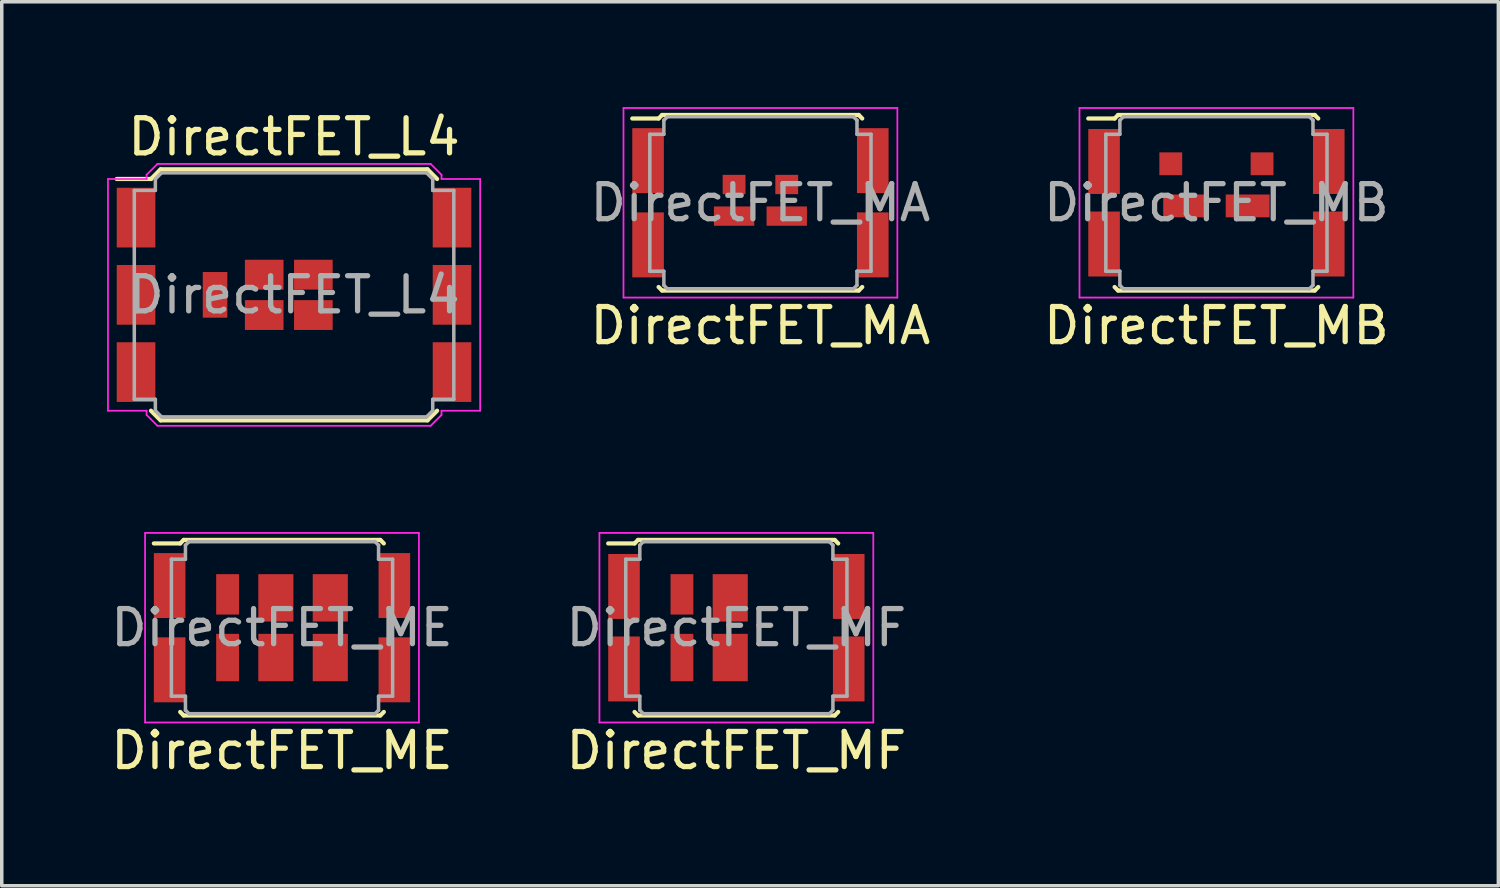
<source format=kicad_pcb>
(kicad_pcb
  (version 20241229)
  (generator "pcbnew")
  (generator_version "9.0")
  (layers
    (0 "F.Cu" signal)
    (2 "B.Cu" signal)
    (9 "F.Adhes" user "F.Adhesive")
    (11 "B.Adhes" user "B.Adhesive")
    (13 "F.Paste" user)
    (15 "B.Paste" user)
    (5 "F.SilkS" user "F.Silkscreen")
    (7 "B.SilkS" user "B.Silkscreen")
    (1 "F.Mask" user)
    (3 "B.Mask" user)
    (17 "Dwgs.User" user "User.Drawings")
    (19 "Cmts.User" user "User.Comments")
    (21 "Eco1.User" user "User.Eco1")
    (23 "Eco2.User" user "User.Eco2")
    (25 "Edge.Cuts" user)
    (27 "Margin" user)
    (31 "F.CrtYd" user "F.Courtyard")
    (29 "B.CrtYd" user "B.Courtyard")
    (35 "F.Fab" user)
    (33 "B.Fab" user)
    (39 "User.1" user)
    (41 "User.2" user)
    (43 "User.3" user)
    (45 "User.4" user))
  (footprint "DirectFET_MB"
    (layer "F.Cu")
    (at 31.596 2.725)
    (property "Reference" "DirectFET_MB" (at 0 3.5 0) (layer "F.SilkS") (effects (font (size 1 1) (thickness 0.15))))
    (attr smd)
    (fp_line (start -3.65 -2.4) (end -2.9 -2.4) (stroke (width 0.12) (type solid)) (layer "F.SilkS"))
    (fp_line (start -2.9 -2.4) (end -2.8 -2.5) (stroke (width 0.12) (type solid)) (layer "F.SilkS"))
    (fp_line (start -2.8 -2.5) (end 2.8 -2.5) (stroke (width 0.12) (type solid)) (layer "F.SilkS"))
    (fp_line (start -2.8 2.5) (end -2.9 2.4) (stroke (width 0.12) (type solid)) (layer "F.SilkS"))
    (fp_line (start 2.8 -2.5) (end 2.9 -2.4) (stroke (width 0.12) (type solid)) (layer "F.SilkS"))
    (fp_line (start 2.8 2.5) (end -2.8 2.5) (stroke (width 0.12) (type solid)) (layer "F.SilkS"))
    (fp_line (start 2.9 2.4) (end 2.8 2.5) (stroke (width 0.12) (type solid)) (layer "F.SilkS"))
    (fp_line (start -3.9 -2.7) (end -3.9 2.7) (stroke (width 0.05) (type solid)) (layer "F.CrtYd"))
    (fp_line (start -3.9 2.7) (end 3.9 2.7) (stroke (width 0.05) (type solid)) (layer "F.CrtYd"))
    (fp_line (start 3.9 -2.7) (end -3.9 -2.7) (stroke (width 0.05) (type solid)) (layer "F.CrtYd"))
    (fp_line (start 3.9 2.7) (end 3.9 -2.7) (stroke (width 0.05) (type solid)) (layer "F.CrtYd"))
    (fp_line (start -3.15 -1.95) (end -2.75 -1.95) (stroke (width 0.1) (type solid)) (layer "F.Fab"))
    (fp_line (start -3.15 1.95) (end -3.15 -1.95) (stroke (width 0.1) (type solid)) (layer "F.Fab"))
    (fp_line (start -3.15 1.95) (end -2.75 1.95) (stroke (width 0.1) (type solid)) (layer "F.Fab"))
    (fp_line (start -2.75 -2.35) (end -2.65 -2.45) (stroke (width 0.1) (type solid)) (layer "F.Fab"))
    (fp_line (start -2.75 -1.95) (end -2.75 -2.35) (stroke (width 0.1) (type solid)) (layer "F.Fab"))
    (fp_line (start -2.75 1.95) (end -2.75 2.35) (stroke (width 0.1) (type solid)) (layer "F.Fab"))
    (fp_line (start -2.75 2.35) (end -2.65 2.45) (stroke (width 0.1) (type solid)) (layer "F.Fab"))
    (fp_line (start -2.65 2.45) (end 2.65 2.45) (stroke (width 0.1) (type solid)) (layer "F.Fab"))
    (fp_line (start 2.65 -2.45) (end -2.65 -2.45) (stroke (width 0.1) (type solid)) (layer "F.Fab"))
    (fp_line (start 2.65 -2.45) (end 2.75 -2.35) (stroke (width 0.1) (type solid)) (layer "F.Fab"))
    (fp_line (start 2.75 -2.35) (end 2.75 -1.95) (stroke (width 0.1) (type solid)) (layer "F.Fab"))
    (fp_line (start 2.75 -1.95) (end 3.15 -1.95) (stroke (width 0.1) (type solid)) (layer "F.Fab"))
    (fp_line (start 2.75 1.95) (end 2.75 2.35) (stroke (width 0.1) (type solid)) (layer "F.Fab"))
    (fp_line (start 2.75 2.35) (end 2.65 2.45) (stroke (width 0.1) (type solid)) (layer "F.Fab"))
    (fp_line (start 3.15 -1.95) (end 3.15 1.95) (stroke (width 0.1) (type solid)) (layer "F.Fab"))
    (fp_line (start 3.15 1.95) (end 2.75 1.95) (stroke (width 0.1) (type solid)) (layer "F.Fab"))
    (fp_text user "${REFERENCE}" (at 0 0 0) (layer "F.Fab") (effects (font (size 1 1) (thickness 0.15))))
    (pad "1" smd rect (at -3.2 -1.175) (size 0.9 1.85) (layers "F.Cu" "F.Mask" "F.Paste"))
    (pad "1" smd rect (at -3.2 1.175) (size 0.9 1.85) (layers "F.Cu" "F.Mask" "F.Paste"))
    (pad "1" smd rect (at 3.2 -1.175) (size 0.9 1.85) (layers "F.Cu" "F.Mask" "F.Paste"))
    (pad "1" smd rect (at 3.2 1.175) (size 0.9 1.85) (layers "F.Cu" "F.Mask" "F.Paste"))
    (pad "2" smd rect (at -1.3 -1.11) (size 0.65 0.65) (layers "F.Cu" "F.Mask" "F.Paste"))
    (pad "2" smd rect (at 1.3 -1.11) (size 0.65 0.65) (layers "F.Cu" "F.Mask" "F.Paste"))
    (pad "3" smd rect (at -0.89 0.09) (size 1.25 0.65) (layers "F.Cu" "F.Mask" "F.Paste"))
    (pad "3" smd rect (at 0.89 0.09) (size 1.25 0.65) (layers "F.Cu" "F.Mask" "F.Paste")))
  (footprint "DirectFET_MF"
    (layer "F.Cu")
    (at 17.923 14.828)
    (property "Reference" "DirectFET_MF" (at 0 3.5 0) (layer "F.SilkS") (effects (font (size 1 1) (thickness 0.15))))
    (attr smd)
    (fp_line (start -3.65 -2.4) (end -2.9 -2.4) (stroke (width 0.12) (type solid)) (layer "F.SilkS"))
    (fp_line (start -2.9 -2.4) (end -2.8 -2.5) (stroke (width 0.12) (type solid)) (layer "F.SilkS"))
    (fp_line (start -2.8 -2.5) (end 2.8 -2.5) (stroke (width 0.12) (type solid)) (layer "F.SilkS"))
    (fp_line (start -2.8 2.5) (end -2.9 2.4) (stroke (width 0.12) (type solid)) (layer "F.SilkS"))
    (fp_line (start 2.8 -2.5) (end 2.9 -2.4) (stroke (width 0.12) (type solid)) (layer "F.SilkS"))
    (fp_line (start 2.8 2.5) (end -2.8 2.5) (stroke (width 0.12) (type solid)) (layer "F.SilkS"))
    (fp_line (start 2.9 2.4) (end 2.8 2.5) (stroke (width 0.12) (type solid)) (layer "F.SilkS"))
    (fp_line (start -3.9 -2.7) (end -3.9 2.7) (stroke (width 0.05) (type solid)) (layer "F.CrtYd"))
    (fp_line (start -3.9 2.7) (end 3.9 2.7) (stroke (width 0.05) (type solid)) (layer "F.CrtYd"))
    (fp_line (start 3.9 -2.7) (end -3.9 -2.7) (stroke (width 0.05) (type solid)) (layer "F.CrtYd"))
    (fp_line (start 3.9 2.7) (end 3.9 -2.7) (stroke (width 0.05) (type solid)) (layer "F.CrtYd"))
    (fp_line (start -3.15 -1.95) (end -2.75 -1.95) (stroke (width 0.1) (type solid)) (layer "F.Fab"))
    (fp_line (start -3.15 1.95) (end -3.15 -1.95) (stroke (width 0.1) (type solid)) (layer "F.Fab"))
    (fp_line (start -3.15 1.95) (end -2.75 1.95) (stroke (width 0.1) (type solid)) (layer "F.Fab"))
    (fp_line (start -2.75 -2.35) (end -2.65 -2.45) (stroke (width 0.1) (type solid)) (layer "F.Fab"))
    (fp_line (start -2.75 -1.95) (end -2.75 -2.35) (stroke (width 0.1) (type solid)) (layer "F.Fab"))
    (fp_line (start -2.75 1.95) (end -2.75 2.35) (stroke (width 0.1) (type solid)) (layer "F.Fab"))
    (fp_line (start -2.75 2.35) (end -2.65 2.45) (stroke (width 0.1) (type solid)) (layer "F.Fab"))
    (fp_line (start -2.65 2.45) (end 2.65 2.45) (stroke (width 0.1) (type solid)) (layer "F.Fab"))
    (fp_line (start 2.65 -2.45) (end -2.65 -2.45) (stroke (width 0.1) (type solid)) (layer "F.Fab"))
    (fp_line (start 2.65 -2.45) (end 2.75 -2.35) (stroke (width 0.1) (type solid)) (layer "F.Fab"))
    (fp_line (start 2.75 -2.35) (end 2.75 -1.95) (stroke (width 0.1) (type solid)) (layer "F.Fab"))
    (fp_line (start 2.75 -1.95) (end 3.15 -1.95) (stroke (width 0.1) (type solid)) (layer "F.Fab"))
    (fp_line (start 2.75 1.95) (end 2.75 2.35) (stroke (width 0.1) (type solid)) (layer "F.Fab"))
    (fp_line (start 2.75 2.35) (end 2.65 2.45) (stroke (width 0.1) (type solid)) (layer "F.Fab"))
    (fp_line (start 3.15 -1.95) (end 3.15 1.95) (stroke (width 0.1) (type solid)) (layer "F.Fab"))
    (fp_line (start 3.15 1.95) (end 2.75 1.95) (stroke (width 0.1) (type solid)) (layer "F.Fab"))
    (fp_text user "${REFERENCE}" (at 0 0 0) (layer "F.Fab") (effects (font (size 1 1) (thickness 0.15))))
    (pad "1" smd rect (at -3.2 -1.175) (size 0.9 1.85) (layers "F.Cu" "F.Mask" "F.Paste"))
    (pad "1" smd rect (at -3.2 1.175) (size 0.9 1.85) (layers "F.Cu" "F.Mask" "F.Paste"))
    (pad "1" smd rect (at 3.2 -1.175) (size 0.9 1.85) (layers "F.Cu" "F.Mask" "F.Paste"))
    (pad "1" smd rect (at 3.2 1.175) (size 0.9 1.85) (layers "F.Cu" "F.Mask" "F.Paste"))
    (pad "2" smd rect (at -1.55 -0.95) (size 0.65 1.15) (layers "F.Cu" "F.Mask" "F.Paste"))
    (pad "3" smd rect (at -1.55 0.85) (size 0.65 1.35) (layers "F.Cu" "F.Mask" "F.Paste"))
    (pad "3" smd rect (at -0.175 -0.85) (size 1 1.35) (layers "F.Cu" "F.Mask" "F.Paste"))
    (pad "3" smd rect (at -0.175 0.85) (size 1 1.35) (layers "F.Cu" "F.Mask" "F.Paste")))
  (footprint "DirectFET_ME"
    (layer "F.Cu")
    (at 4.982 14.828)
    (property "Reference" "DirectFET_ME" (at 0 3.5 0) (layer "F.SilkS") (effects (font (size 1 1) (thickness 0.15))))
    (attr smd)
    (fp_line (start -3.65 -2.4) (end -2.9 -2.4) (stroke (width 0.12) (type solid)) (layer "F.SilkS"))
    (fp_line (start -2.9 -2.4) (end -2.8 -2.5) (stroke (width 0.12) (type solid)) (layer "F.SilkS"))
    (fp_line (start -2.8 -2.5) (end 2.8 -2.5) (stroke (width 0.12) (type solid)) (layer "F.SilkS"))
    (fp_line (start -2.8 2.5) (end -2.9 2.4) (stroke (width 0.12) (type solid)) (layer "F.SilkS"))
    (fp_line (start 2.8 -2.5) (end 2.9 -2.4) (stroke (width 0.12) (type solid)) (layer "F.SilkS"))
    (fp_line (start 2.8 2.5) (end -2.8 2.5) (stroke (width 0.12) (type solid)) (layer "F.SilkS"))
    (fp_line (start 2.9 2.4) (end 2.8 2.5) (stroke (width 0.12) (type solid)) (layer "F.SilkS"))
    (fp_line (start -3.9 -2.7) (end -3.9 2.7) (stroke (width 0.05) (type solid)) (layer "F.CrtYd"))
    (fp_line (start -3.9 2.7) (end 3.9 2.7) (stroke (width 0.05) (type solid)) (layer "F.CrtYd"))
    (fp_line (start 3.9 -2.7) (end -3.9 -2.7) (stroke (width 0.05) (type solid)) (layer "F.CrtYd"))
    (fp_line (start 3.9 2.7) (end 3.9 -2.7) (stroke (width 0.05) (type solid)) (layer "F.CrtYd"))
    (fp_line (start -3.15 -1.95) (end -2.75 -1.95) (stroke (width 0.1) (type solid)) (layer "F.Fab"))
    (fp_line (start -3.15 1.95) (end -3.15 -1.95) (stroke (width 0.1) (type solid)) (layer "F.Fab"))
    (fp_line (start -3.15 1.95) (end -2.75 1.95) (stroke (width 0.1) (type solid)) (layer "F.Fab"))
    (fp_line (start -2.75 -2.35) (end -2.65 -2.45) (stroke (width 0.1) (type solid)) (layer "F.Fab"))
    (fp_line (start -2.75 -1.95) (end -2.75 -2.35) (stroke (width 0.1) (type solid)) (layer "F.Fab"))
    (fp_line (start -2.75 1.95) (end -2.75 2.35) (stroke (width 0.1) (type solid)) (layer "F.Fab"))
    (fp_line (start -2.75 2.35) (end -2.65 2.45) (stroke (width 0.1) (type solid)) (layer "F.Fab"))
    (fp_line (start -2.65 2.45) (end 2.65 2.45) (stroke (width 0.1) (type solid)) (layer "F.Fab"))
    (fp_line (start 2.65 -2.45) (end -2.65 -2.45) (stroke (width 0.1) (type solid)) (layer "F.Fab"))
    (fp_line (start 2.65 -2.45) (end 2.75 -2.35) (stroke (width 0.1) (type solid)) (layer "F.Fab"))
    (fp_line (start 2.75 -2.35) (end 2.75 -1.95) (stroke (width 0.1) (type solid)) (layer "F.Fab"))
    (fp_line (start 2.75 -1.95) (end 3.15 -1.95) (stroke (width 0.1) (type solid)) (layer "F.Fab"))
    (fp_line (start 2.75 1.95) (end 2.75 2.35) (stroke (width 0.1) (type solid)) (layer "F.Fab"))
    (fp_line (start 2.75 2.35) (end 2.65 2.45) (stroke (width 0.1) (type solid)) (layer "F.Fab"))
    (fp_line (start 3.15 -1.95) (end 3.15 1.95) (stroke (width 0.1) (type solid)) (layer "F.Fab"))
    (fp_line (start 3.15 1.95) (end 2.75 1.95) (stroke (width 0.1) (type solid)) (layer "F.Fab"))
    (fp_text user "${REFERENCE}" (at 0 0 0) (layer "F.Fab") (effects (font (size 1 1) (thickness 0.15))))
    (pad "1" smd rect (at -3.2 -1.2) (size 0.9 1.85) (layers "F.Cu" "F.Mask" "F.Paste"))
    (pad "1" smd rect (at -3.2 1.2) (size 0.9 1.85) (layers "F.Cu" "F.Mask" "F.Paste"))
    (pad "1" smd rect (at 3.2 -1.2) (size 0.9 1.85) (layers "F.Cu" "F.Mask" "F.Paste"))
    (pad "1" smd rect (at 3.2 1.2) (size 0.9 1.85) (layers "F.Cu" "F.Mask" "F.Paste"))
    (pad "2" smd rect (at -1.55 -0.95) (size 0.65 1.151) (layers "F.Cu" "F.Mask" "F.Paste"))
    (pad "3" smd rect (at -1.55 0.85) (size 0.65 1.35) (layers "F.Cu" "F.Mask" "F.Paste"))
    (pad "3" smd rect (at -0.175 -0.85) (size 1 1.35) (layers "F.Cu" "F.Mask" "F.Paste"))
    (pad "3" smd rect (at -0.175 0.85) (size 1 1.35) (layers "F.Cu" "F.Mask" "F.Paste"))
    (pad "3" smd rect (at 1.375 -0.85) (size 1 1.35) (layers "F.Cu" "F.Mask" "F.Paste"))
    (pad "3" smd rect (at 1.375 0.85) (size 1 1.35) (layers "F.Cu" "F.Mask" "F.Paste")))
  (footprint "DirectFET_MA"
    (layer "F.Cu")
    (at 18.608 2.725)
    (property "Reference" "DirectFET_MA" (at 0 3.5 0) (layer "F.SilkS") (effects (font (size 1 1) (thickness 0.15))))
    (attr smd)
    (fp_line (start -3.65 -2.4) (end -2.9 -2.4) (stroke (width 0.12) (type solid)) (layer "F.SilkS"))
    (fp_line (start -2.9 -2.4) (end -2.8 -2.5) (stroke (width 0.12) (type solid)) (layer "F.SilkS"))
    (fp_line (start -2.8 -2.5) (end 2.8 -2.5) (stroke (width 0.12) (type solid)) (layer "F.SilkS"))
    (fp_line (start -2.8 2.5) (end -2.9 2.4) (stroke (width 0.12) (type solid)) (layer "F.SilkS"))
    (fp_line (start 2.8 -2.5) (end 2.9 -2.4) (stroke (width 0.12) (type solid)) (layer "F.SilkS"))
    (fp_line (start 2.8 2.5) (end -2.8 2.5) (stroke (width 0.12) (type solid)) (layer "F.SilkS"))
    (fp_line (start 2.9 2.4) (end 2.8 2.5) (stroke (width 0.12) (type solid)) (layer "F.SilkS"))
    (fp_line (start -3.9 -2.7) (end -3.9 2.7) (stroke (width 0.05) (type solid)) (layer "F.CrtYd"))
    (fp_line (start -3.9 2.7) (end 3.9 2.7) (stroke (width 0.05) (type solid)) (layer "F.CrtYd"))
    (fp_line (start 3.9 -2.7) (end -3.9 -2.7) (stroke (width 0.05) (type solid)) (layer "F.CrtYd"))
    (fp_line (start 3.9 2.7) (end 3.9 -2.7) (stroke (width 0.05) (type solid)) (layer "F.CrtYd"))
    (fp_line (start -3.15 -1.95) (end -2.75 -1.95) (stroke (width 0.1) (type solid)) (layer "F.Fab"))
    (fp_line (start -3.15 1.95) (end -3.15 -1.95) (stroke (width 0.1) (type solid)) (layer "F.Fab"))
    (fp_line (start -3.15 1.95) (end -2.75 1.95) (stroke (width 0.1) (type solid)) (layer "F.Fab"))
    (fp_line (start -2.75 -2.35) (end -2.65 -2.45) (stroke (width 0.1) (type solid)) (layer "F.Fab"))
    (fp_line (start -2.75 -1.95) (end -2.75 -2.35) (stroke (width 0.1) (type solid)) (layer "F.Fab"))
    (fp_line (start -2.75 1.95) (end -2.75 2.35) (stroke (width 0.1) (type solid)) (layer "F.Fab"))
    (fp_line (start -2.75 2.35) (end -2.65 2.45) (stroke (width 0.1) (type solid)) (layer "F.Fab"))
    (fp_line (start -2.65 2.45) (end 2.65 2.45) (stroke (width 0.1) (type solid)) (layer "F.Fab"))
    (fp_line (start 2.65 -2.45) (end -2.65 -2.45) (stroke (width 0.1) (type solid)) (layer "F.Fab"))
    (fp_line (start 2.65 -2.45) (end 2.75 -2.35) (stroke (width 0.1) (type solid)) (layer "F.Fab"))
    (fp_line (start 2.75 -2.35) (end 2.75 -1.95) (stroke (width 0.1) (type solid)) (layer "F.Fab"))
    (fp_line (start 2.75 -1.95) (end 3.15 -1.95) (stroke (width 0.1) (type solid)) (layer "F.Fab"))
    (fp_line (start 2.75 1.95) (end 2.75 2.35) (stroke (width 0.1) (type solid)) (layer "F.Fab"))
    (fp_line (start 2.75 2.35) (end 2.65 2.45) (stroke (width 0.1) (type solid)) (layer "F.Fab"))
    (fp_line (start 3.15 -1.95) (end 3.15 1.95) (stroke (width 0.1) (type solid)) (layer "F.Fab"))
    (fp_line (start 3.15 1.95) (end 2.75 1.95) (stroke (width 0.1) (type solid)) (layer "F.Fab"))
    (fp_text user "${REFERENCE}" (at 0 0 0) (layer "F.Fab") (effects (font (size 1 1) (thickness 0.15))))
    (pad "1" smd rect (at -3.2 -1.2) (size 0.9 1.85) (layers "F.Cu" "F.Mask" "F.Paste"))
    (pad "1" smd rect (at -3.2 1.2) (size 0.9 1.85) (layers "F.Cu" "F.Mask" "F.Paste"))
    (pad "1" smd rect (at 3.2 -1.2) (size 0.9 1.85) (layers "F.Cu" "F.Mask" "F.Paste"))
    (pad "1" smd rect (at 3.2 1.2) (size 0.9 1.85) (layers "F.Cu" "F.Mask" "F.Paste"))
    (pad "2" smd rect (at -0.75 -0.52) (size 0.65 0.55) (layers "F.Cu" "F.Mask" "F.Paste"))
    (pad "2" smd rect (at 0.75 -0.52) (size 0.65 0.55) (layers "F.Cu" "F.Mask" "F.Paste"))
    (pad "3" smd rect (at -0.75 0.38) (size 1.15 0.55) (layers "F.Cu" "F.Mask" "F.Paste"))
    (pad "3" smd rect (at 0.75 0.38) (size 1.15 0.55) (layers "F.Cu" "F.Mask" "F.Paste")))
  (footprint "DirectFET_L4"
    (layer "F.Cu")
    (at 5.325 5.348)
    (property "Reference" "DirectFET_L4" (at 0 -4.5 0) (layer "F.SilkS") (effects (font (size 1 1) (thickness 0.15))))
    (attr smd)
    (fp_line (start -5.05 -3.3) (end -4.075 -3.3) (stroke (width 0.12) (type solid)) (layer "F.SilkS"))
    (fp_line (start -4.075 -3.3) (end -3.8 -3.575) (stroke (width 0.12) (type solid)) (layer "F.SilkS"))
    (fp_line (start -4.075 3.3) (end -3.8 3.575) (stroke (width 0.12) (type solid)) (layer "F.SilkS"))
    (fp_line (start 3.8 -3.575) (end -3.8 -3.575) (stroke (width 0.12) (type solid)) (layer "F.SilkS"))
    (fp_line (start 3.8 3.575) (end -3.8 3.575) (stroke (width 0.12) (type solid)) (layer "F.SilkS"))
    (fp_line (start 4.075 -3.3) (end 3.8 -3.575) (stroke (width 0.12) (type solid)) (layer "F.SilkS"))
    (fp_line (start 4.075 3.3) (end 3.8 3.575) (stroke (width 0.12) (type solid)) (layer "F.SilkS"))
    (fp_line (start -5.3 -3.3) (end -5.3 3.3) (stroke (width 0.05) (type solid)) (layer "F.CrtYd"))
    (fp_line (start -4.2 -3.42) (end -3.89 -3.73) (stroke (width 0.05) (type solid)) (layer "F.CrtYd"))
    (fp_line (start -4.2 -3.3) (end -5.3 -3.3) (stroke (width 0.05) (type solid)) (layer "F.CrtYd"))
    (fp_line (start -4.2 -3.3) (end -4.2 -3.42) (stroke (width 0.05) (type solid)) (layer "F.CrtYd"))
    (fp_line (start -4.2 3.3) (end -5.3 3.3) (stroke (width 0.05) (type solid)) (layer "F.CrtYd"))
    (fp_line (start -4.2 3.3) (end -4.2 3.42) (stroke (width 0.05) (type solid)) (layer "F.CrtYd"))
    (fp_line (start -4.2 3.42) (end -3.89 3.73) (stroke (width 0.05) (type solid)) (layer "F.CrtYd"))
    (fp_line (start 3.89 -3.73) (end -3.89 -3.73) (stroke (width 0.05) (type solid)) (layer "F.CrtYd"))
    (fp_line (start 3.89 3.73) (end -3.89 3.73) (stroke (width 0.05) (type solid)) (layer "F.CrtYd"))
    (fp_line (start 4.2 -3.42) (end 3.89 -3.73) (stroke (width 0.05) (type solid)) (layer "F.CrtYd"))
    (fp_line (start 4.2 -3.3) (end 4.2 -3.42) (stroke (width 0.05) (type solid)) (layer "F.CrtYd"))
    (fp_line (start 4.2 -3.3) (end 5.3 -3.3) (stroke (width 0.05) (type solid)) (layer "F.CrtYd"))
    (fp_line (start 4.2 3.3) (end 4.2 3.42) (stroke (width 0.05) (type solid)) (layer "F.CrtYd"))
    (fp_line (start 4.2 3.3) (end 5.3 3.3) (stroke (width 0.05) (type solid)) (layer "F.CrtYd"))
    (fp_line (start 4.2 3.42) (end 3.89 3.73) (stroke (width 0.05) (type solid)) (layer "F.CrtYd"))
    (fp_line (start 5.3 -3.3) (end 5.3 3.3) (stroke (width 0.05) (type solid)) (layer "F.CrtYd"))
    (fp_line (start -4.55 -2.975) (end -4.55 2.975) (stroke (width 0.1) (type solid)) (layer "F.Fab"))
    (fp_line (start -4.55 -2.975) (end -3.95 -2.975) (stroke (width 0.1) (type solid)) (layer "F.Fab"))
    (fp_line (start -4.55 2.975) (end -3.95 2.975) (stroke (width 0.1) (type solid)) (layer "F.Fab"))
    (fp_line (start -3.95 -3.3) (end -3.775 -3.475) (stroke (width 0.1) (type solid)) (layer "F.Fab"))
    (fp_line (start -3.95 -2.975) (end -3.95 -3.3) (stroke (width 0.1) (type solid)) (layer "F.Fab"))
    (fp_line (start -3.95 2.975) (end -3.95 3.3) (stroke (width 0.1) (type solid)) (layer "F.Fab"))
    (fp_line (start -3.95 3.3) (end -3.775 3.475) (stroke (width 0.1) (type solid)) (layer "F.Fab"))
    (fp_line (start 3.775 -3.475) (end -3.775 -3.475) (stroke (width 0.1) (type solid)) (layer "F.Fab"))
    (fp_line (start 3.775 3.475) (end -3.775 3.475) (stroke (width 0.1) (type solid)) (layer "F.Fab"))
    (fp_line (start 3.95 -3.3) (end 3.775 -3.475) (stroke (width 0.1) (type solid)) (layer "F.Fab"))
    (fp_line (start 3.95 -2.975) (end 3.95 -3.3) (stroke (width 0.1) (type solid)) (layer "F.Fab"))
    (fp_line (start 3.95 2.975) (end 3.95 3.3) (stroke (width 0.1) (type solid)) (layer "F.Fab"))
    (fp_line (start 3.95 3.3) (end 3.775 3.475) (stroke (width 0.1) (type solid)) (layer "F.Fab"))
    (fp_line (start 4.55 -2.975) (end 3.95 -2.975) (stroke (width 0.1) (type solid)) (layer "F.Fab"))
    (fp_line (start 4.55 -2.975) (end 4.55 2.975) (stroke (width 0.1) (type solid)) (layer "F.Fab"))
    (fp_line (start 4.55 2.975) (end 3.95 2.975) (stroke (width 0.1) (type solid)) (layer "F.Fab"))
    (fp_text user "${REFERENCE}" (at 0 0 0) (layer "F.Fab") (effects (font (size 1 1) (thickness 0.15))))
    (pad "1" smd rect (at -4.5 -2.2) (size 1.1 1.7) (layers "F.Cu" "F.Mask" "F.Paste"))
    (pad "1" smd rect (at -4.5 0) (size 1.1 1.7) (layers "F.Cu" "F.Mask" "F.Paste"))
    (pad "1" smd rect (at -4.5 2.2) (size 1.1 1.7) (layers "F.Cu" "F.Mask" "F.Paste"))
    (pad "1" smd rect (at 4.5 -2.2) (size 1.1 1.7) (layers "F.Cu" "F.Mask" "F.Paste"))
    (pad "1" smd rect (at 4.5 0) (size 1.1 1.7) (layers "F.Cu" "F.Mask" "F.Paste"))
    (pad "1" smd rect (at 4.5 2.2) (size 1.1 1.7) (layers "F.Cu" "F.Mask" "F.Paste"))
    (pad "2" smd rect (at -2.25 0) (size 0.7 1.3) (layers "F.Cu" "F.Mask" "F.Paste"))
    (pad "3" smd rect (at -0.85 -0.575) (size 1.1 0.85) (layers "F.Cu" "F.Mask" "F.Paste"))
    (pad "3" smd rect (at -0.85 0.575) (size 1.1 0.85) (layers "F.Cu" "F.Mask" "F.Paste"))
    (pad "3" smd rect (at 0.55 -0.575) (size 1.1 0.85) (layers "F.Cu" "F.Mask" "F.Paste"))
    (pad "3" smd rect (at 0.55 0.575) (size 1.1 0.85) (layers "F.Cu" "F.Mask" "F.Paste")))
  (gr_rect
    (start -3 -3)
    (end 39.626 22.177)
    (stroke (width 0.1) (type default))
    (fill no)
    (layer "Edge.Cuts")))
</source>
